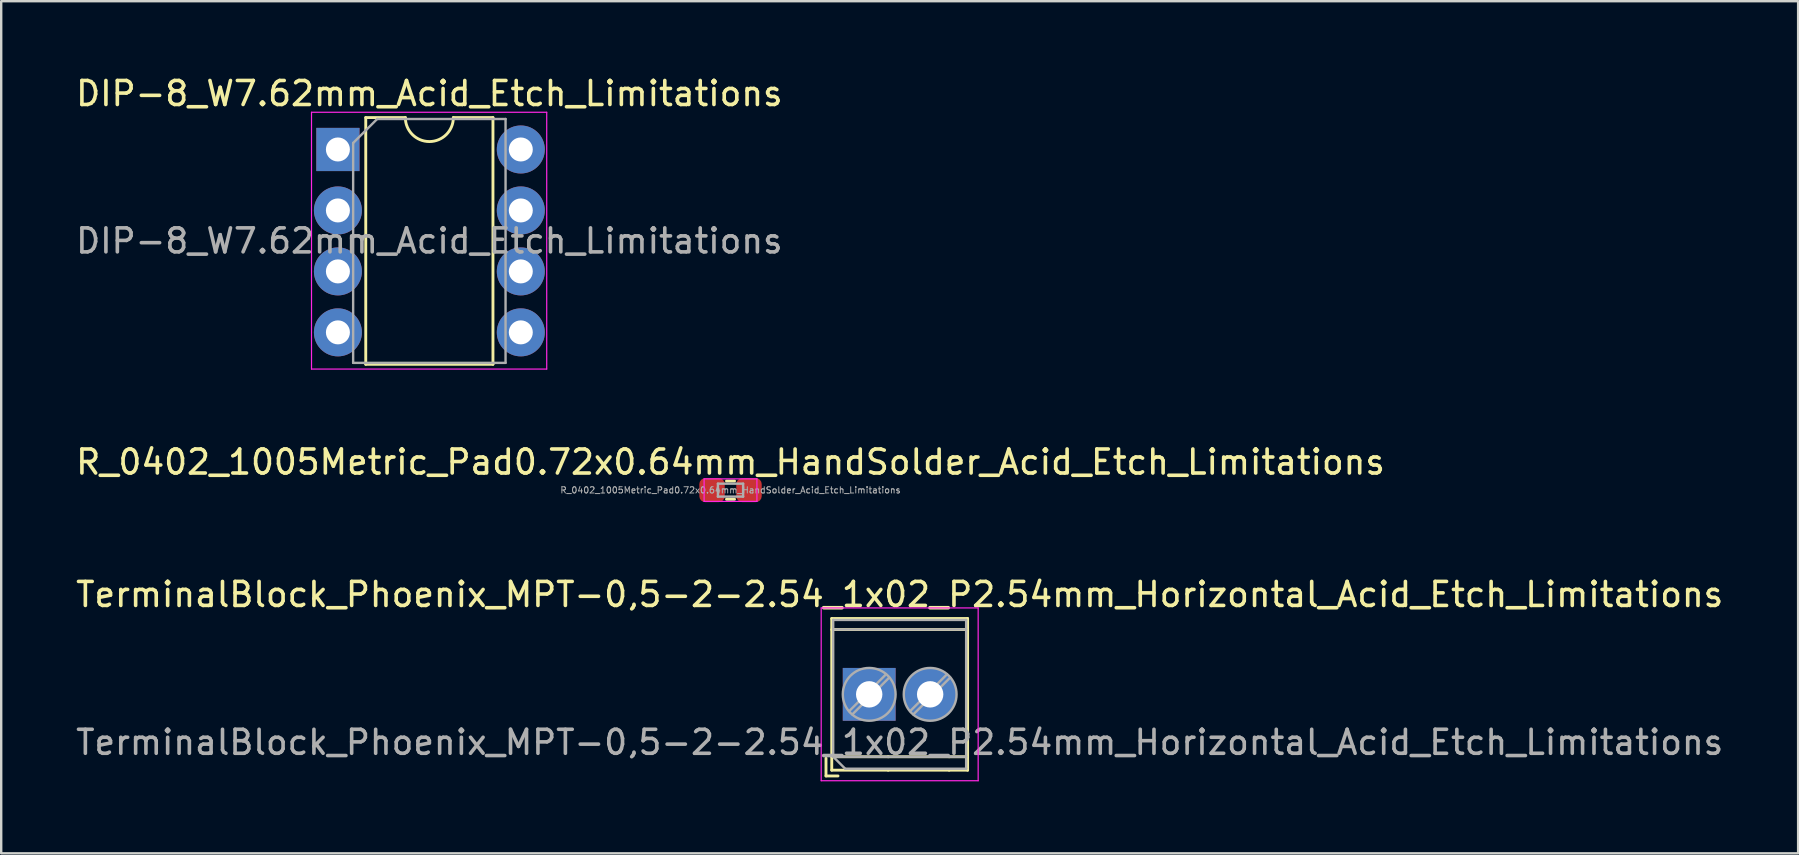
<source format=kicad_pcb>
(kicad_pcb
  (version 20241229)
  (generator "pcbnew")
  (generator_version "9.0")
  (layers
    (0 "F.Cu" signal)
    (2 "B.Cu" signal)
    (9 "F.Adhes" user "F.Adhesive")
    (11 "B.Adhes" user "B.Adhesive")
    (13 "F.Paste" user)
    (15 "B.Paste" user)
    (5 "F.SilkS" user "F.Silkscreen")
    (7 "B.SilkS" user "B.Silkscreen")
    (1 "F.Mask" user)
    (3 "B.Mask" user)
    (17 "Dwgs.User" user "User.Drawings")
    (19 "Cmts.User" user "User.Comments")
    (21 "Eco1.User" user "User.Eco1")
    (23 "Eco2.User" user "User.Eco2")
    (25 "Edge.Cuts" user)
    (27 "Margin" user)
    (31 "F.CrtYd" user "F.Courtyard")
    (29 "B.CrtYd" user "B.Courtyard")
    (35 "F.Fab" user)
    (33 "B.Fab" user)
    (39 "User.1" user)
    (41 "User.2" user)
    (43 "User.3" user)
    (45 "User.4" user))
  (footprint "R_0402_1005Metric_Pad0.72x0.64mm_HandSolder_Acid_Etch_Limitations"
    (layer "F.Cu")
    (at 27.387 17.372)
    (property "Reference" "R_0402_1005Metric_Pad0.72x0.64mm_HandSolder_Acid_Etch_Limitations" (at 0 -1.17 0) (layer "F.SilkS") (effects (font (size 1 1) (thickness 0.15))))
    (attr smd)
    (fp_line (start -0.168 -0.38) (end 0.168 -0.38) (stroke (width 0.12) (type solid)) (layer "F.SilkS"))
    (fp_line (start -0.168 0.38) (end 0.168 0.38) (stroke (width 0.12) (type solid)) (layer "F.SilkS"))
    (fp_line (start -1.1 -0.47) (end 1.1 -0.47) (stroke (width 0.05) (type solid)) (layer "F.CrtYd"))
    (fp_line (start -1.1 0.47) (end -1.1 -0.47) (stroke (width 0.05) (type solid)) (layer "F.CrtYd"))
    (fp_line (start 1.1 -0.47) (end 1.1 0.47) (stroke (width 0.05) (type solid)) (layer "F.CrtYd"))
    (fp_line (start 1.1 0.47) (end -1.1 0.47) (stroke (width 0.05) (type solid)) (layer "F.CrtYd"))
    (fp_line (start -0.525 -0.27) (end 0.525 -0.27) (stroke (width 0.1) (type solid)) (layer "F.Fab"))
    (fp_line (start -0.525 0.27) (end -0.525 -0.27) (stroke (width 0.1) (type solid)) (layer "F.Fab"))
    (fp_line (start 0.525 -0.27) (end 0.525 0.27) (stroke (width 0.1) (type solid)) (layer "F.Fab"))
    (fp_line (start 0.525 0.27) (end -0.525 0.27) (stroke (width 0.1) (type solid)) (layer "F.Fab"))
    (fp_text user "${REFERENCE}" (at 0 0 0) (layer "F.Fab") (effects (font (size 0.26 0.26) (thickness 0.04))))
    (pad "1" smd roundrect (at -0.77 0) (size 1.06 1) (layers "F.Cu" "F.Mask" "F.Paste") (roundrect_rratio 0.25))
    (pad "2" smd roundrect (at 0.77 0) (size 1.06 1) (layers "F.Cu" "F.Mask" "F.Paste") (roundrect_rratio 0.25)))
  (footprint "DIP-8_W7.62mm_Acid_Etch_Limitations"
    (layer "F.Cu")
    (at 11.029 3.178)
    (property "Reference" "DIP-8_W7.62mm_Acid_Etch_Limitations" (at 3.81 -2.33 0) (layer "F.SilkS") (effects (font (size 1 1) (thickness 0.15))))
    (attr through_hole)
    (fp_line (start 1.16 -1.33) (end 1.16 8.95) (stroke (width 0.12) (type solid)) (layer "F.SilkS"))
    (fp_line (start 1.16 8.95) (end 6.46 8.95) (stroke (width 0.12) (type solid)) (layer "F.SilkS"))
    (fp_line (start 2.81 -1.33) (end 1.16 -1.33) (stroke (width 0.12) (type solid)) (layer "F.SilkS"))
    (fp_line (start 6.46 -1.33) (end 4.81 -1.33) (stroke (width 0.12) (type solid)) (layer "F.SilkS"))
    (fp_line (start 6.46 8.95) (end 6.46 -1.33) (stroke (width 0.12) (type solid)) (layer "F.SilkS"))
    (fp_arc (start 4.81 -1.33) (mid 3.81 -0.33) (end 2.81 -1.33) (stroke (width 0.12) (type solid)) (layer "F.SilkS"))
    (fp_line (start -1.1 -1.55) (end -1.1 9.15) (stroke (width 0.05) (type solid)) (layer "F.CrtYd"))
    (fp_line (start -1.1 9.15) (end 8.7 9.15) (stroke (width 0.05) (type solid)) (layer "F.CrtYd"))
    (fp_line (start 8.7 -1.55) (end -1.1 -1.55) (stroke (width 0.05) (type solid)) (layer "F.CrtYd"))
    (fp_line (start 8.7 9.15) (end 8.7 -1.55) (stroke (width 0.05) (type solid)) (layer "F.CrtYd"))
    (fp_line (start 0.635 -0.27) (end 1.635 -1.27) (stroke (width 0.1) (type solid)) (layer "F.Fab"))
    (fp_line (start 0.635 8.89) (end 0.635 -0.27) (stroke (width 0.1) (type solid)) (layer "F.Fab"))
    (fp_line (start 1.635 -1.27) (end 6.985 -1.27) (stroke (width 0.1) (type solid)) (layer "F.Fab"))
    (fp_line (start 6.985 -1.27) (end 6.985 8.89) (stroke (width 0.1) (type solid)) (layer "F.Fab"))
    (fp_line (start 6.985 8.89) (end 0.635 8.89) (stroke (width 0.1) (type solid)) (layer "F.Fab"))
    (fp_text user "${REFERENCE}" (at 3.81 3.81 0) (layer "F.Fab") (effects (font (size 1 1) (thickness 0.15))))
    (pad "1" thru_hole rect (at 0 0) (size 1.8 1.8) (drill 1) (layers "*.Cu" "*.Mask"))
    (pad "2" thru_hole oval (at 0 2.54) (size 2 2) (drill 1) (layers "*.Cu" "*.Mask"))
    (pad "3" thru_hole oval (at 0 5.08) (size 2 2) (drill 1) (layers "*.Cu" "*.Mask"))
    (pad "4" thru_hole oval (at 0 7.62) (size 2 2) (drill 1) (layers "*.Cu" "*.Mask"))
    (pad "5" thru_hole oval (at 7.62 7.62) (size 2 2) (drill 1) (layers "*.Cu" "*.Mask"))
    (pad "6" thru_hole oval (at 7.62 5.08) (size 2 2) (drill 1) (layers "*.Cu" "*.Mask"))
    (pad "7" thru_hole oval (at 7.62 2.54) (size 2 2) (drill 1) (layers "*.Cu" "*.Mask"))
    (pad "8" thru_hole oval (at 7.62 0) (size 2 2) (drill 1) (layers "*.Cu" "*.Mask")))
  (footprint "TerminalBlock_Phoenix_MPT-0,5-2-2.54_1x02_P2.54mm_Horizontal_Acid_Etch_Limitations"
    (layer "F.Cu")
    (at 33.165 25.88)
    (property "Reference" "TerminalBlock_Phoenix_MPT-0,5-2-2.54_1x02_P2.54mm_Horizontal_Acid_Etch_Limitations" (at 1.27 -4.16 180) (layer "F.SilkS") (effects (font (size 1 1) (thickness 0.15))))
    (attr through_hole)
    (fp_line (start -1.8 2.66) (end -1.8 3.4) (stroke (width 0.12) (type solid)) (layer "F.SilkS"))
    (fp_line (start -1.8 3.4) (end -1.3 3.4) (stroke (width 0.12) (type solid)) (layer "F.SilkS"))
    (fp_line (start -1.56 -3.16) (end -1.56 3.16) (stroke (width 0.12) (type solid)) (layer "F.SilkS"))
    (fp_line (start -1.56 -3.16) (end 4.1 -3.16) (stroke (width 0.12) (type solid)) (layer "F.SilkS"))
    (fp_line (start -1.56 -2.7) (end 4.1 -2.7) (stroke (width 0.12) (type solid)) (layer "F.SilkS"))
    (fp_line (start -1.56 2.6) (end 0.79 2.6) (stroke (width 0.12) (type solid)) (layer "F.SilkS"))
    (fp_line (start -1.56 3.16) (end 0.79 3.16) (stroke (width 0.12) (type solid)) (layer "F.SilkS"))
    (fp_line (start 0.79 2.6) (end 3.33 2.6) (stroke (width 0.12) (type solid)) (layer "F.SilkS"))
    (fp_line (start 0.79 3.16) (end 3.33 3.16) (stroke (width 0.12) (type solid)) (layer "F.SilkS"))
    (fp_line (start 3.33 2.6) (end 4.1 2.6) (stroke (width 0.12) (type solid)) (layer "F.SilkS"))
    (fp_line (start 3.33 3.16) (end 4.1 3.16) (stroke (width 0.12) (type solid)) (layer "F.SilkS"))
    (fp_line (start 4.1 -3.16) (end 4.1 3.16) (stroke (width 0.12) (type solid)) (layer "F.SilkS"))
    (fp_line (start -2 -3.6) (end -2 3.6) (stroke (width 0.05) (type solid)) (layer "F.CrtYd"))
    (fp_line (start -2 3.6) (end 4.54 3.6) (stroke (width 0.05) (type solid)) (layer "F.CrtYd"))
    (fp_line (start 4.54 -3.6) (end -2 -3.6) (stroke (width 0.05) (type solid)) (layer "F.CrtYd"))
    (fp_line (start 4.54 3.6) (end 4.54 -3.6) (stroke (width 0.05) (type solid)) (layer "F.CrtYd"))
    (fp_line (start -1.5 -3.1) (end 4.04 -3.1) (stroke (width 0.1) (type solid)) (layer "F.Fab"))
    (fp_line (start -1.5 -2.7) (end 4.04 -2.7) (stroke (width 0.1) (type solid)) (layer "F.Fab"))
    (fp_line (start -1.5 2.6) (end -1.5 -3.1) (stroke (width 0.1) (type solid)) (layer "F.Fab"))
    (fp_line (start -1.5 2.6) (end 4.04 2.6) (stroke (width 0.1) (type solid)) (layer "F.Fab"))
    (fp_line (start -1 3.1) (end -1.5 2.6) (stroke (width 0.1) (type solid)) (layer "F.Fab"))
    (fp_line (start 0.701 -0.835) (end -0.835 0.7) (stroke (width 0.1) (type solid)) (layer "F.Fab"))
    (fp_line (start 0.835 -0.7) (end -0.701 0.835) (stroke (width 0.1) (type solid)) (layer "F.Fab"))
    (fp_line (start 3.241 -0.835) (end 1.706 0.7) (stroke (width 0.1) (type solid)) (layer "F.Fab"))
    (fp_line (start 3.375 -0.7) (end 1.84 0.835) (stroke (width 0.1) (type solid)) (layer "F.Fab"))
    (fp_line (start 4.04 -3.1) (end 4.04 3.1) (stroke (width 0.1) (type solid)) (layer "F.Fab"))
    (fp_line (start 4.04 3.1) (end -1 3.1) (stroke (width 0.1) (type solid)) (layer "F.Fab"))
    (fp_circle (center 0 0) (end 1.1 0) (stroke (width 0.1) (type solid)) (fill no) (layer "F.Fab"))
    (fp_circle (center 2.54 0) (end 3.64 0) (stroke (width 0.1) (type solid)) (fill no) (layer "F.Fab"))
    (fp_text user "${REFERENCE}" (at 1.27 2 180) (layer "F.Fab") (effects (font (size 1 1) (thickness 0.15))))
    (pad "1" thru_hole rect (at 0 0) (size 2.2 2.2) (drill 1.1) (layers "*.Cu" "*.Mask"))
    (pad "2" thru_hole circle (at 2.54 0) (size 2.2 2.2) (drill 1.1) (layers "*.Cu" "*.Mask")))
  (gr_rect
    (start -3 -3)
    (end 71.869 32.505)
    (stroke (width 0.1) (type default))
    (fill no)
    (layer "Edge.Cuts")))
</source>
